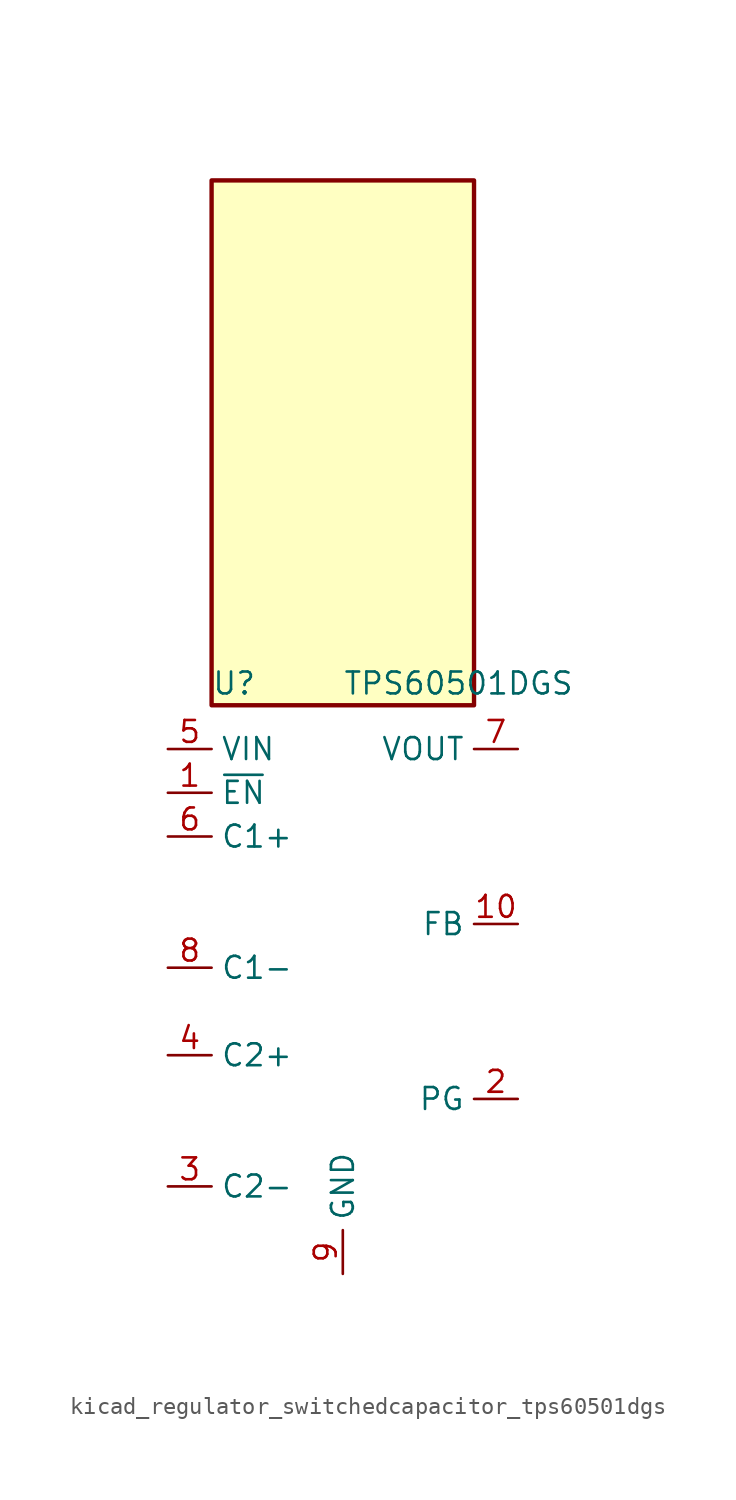
<source format=kicad_sym>
(kicad_symbol_lib
  (version 20220914)
  (generator kicad_symbol_editor)
  (symbol "kicad_regulator_switchedcapacitor_tps60501dgs"
    (property "Reference" "U"
      (at -7.62 16.51 0)
      (effects (font (size 1.27 1.27)) (justify left)))
    (property "Value" "TPS60501DGS"
      (at 0 16.51 0)
      (effects (font (size 1.27 1.27)) (justify left)))
    (symbol "kicad_regulator_switchedcapacitor_tps60501dgs_0_1"
      (rectangle (start 7.62 45.72) (end -7.62 15.24) (stroke (width 0.254) (type default)) (fill (type background))))
    (symbol "kicad_regulator_switchedcapacitor_tps60501dgs_1_1"
      (pin input line (at -10.16 10.16 0) (length 2.54) (name "~{EN}" (effects (font (size 1.27 1.27)))) (number "1" (effects (font (size 1.27 1.27)))))
      (pin input line (at 10.16 2.54 180) (length 2.54) (name "FB" (effects (font (size 1.27 1.27)))) (number "10" (effects (font (size 1.27 1.27)))))
      (pin open_collector line (at 10.16 -7.62 180) (length 2.54) (name "PG" (effects (font (size 1.27 1.27)))) (number "2" (effects (font (size 1.27 1.27)))))
      (pin passive line (at -10.16 -12.7 0) (length 2.54) (name "C2-" (effects (font (size 1.27 1.27)))) (number "3" (effects (font (size 1.27 1.27)))))
      (pin passive line (at -10.16 -5.08 0) (length 2.54) (name "C2+" (effects (font (size 1.27 1.27)))) (number "4" (effects (font (size 1.27 1.27)))))
      (pin power_in line (at -10.16 12.7 0) (length 2.54) (name "VIN" (effects (font (size 1.27 1.27)))) (number "5" (effects (font (size 1.27 1.27)))))
      (pin passive line (at -10.16 7.62 0) (length 2.54) (name "C1+" (effects (font (size 1.27 1.27)))) (number "6" (effects (font (size 1.27 1.27)))))
      (pin power_out line (at 10.16 12.7 180) (length 2.54) (name "VOUT" (effects (font (size 1.27 1.27)))) (number "7" (effects (font (size 1.27 1.27)))))
      (pin passive line (at -10.16 0 0) (length 2.54) (name "C1-" (effects (font (size 1.27 1.27)))) (number "8" (effects (font (size 1.27 1.27)))))
      (pin power_in line (at 0 -17.78 90) (length 2.54) (name "GND" (effects (font (size 1.27 1.27)))) (number "9" (effects (font (size 1.27 1.27))))))))
</source>
